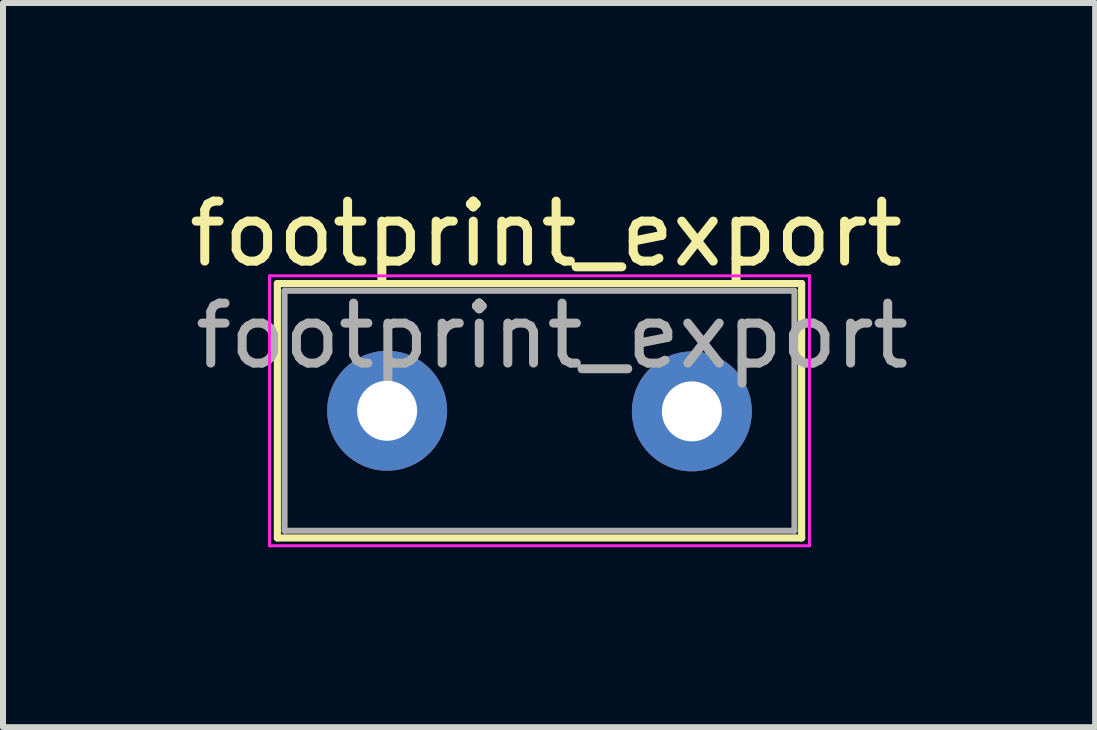
<source format=kicad_pcb>
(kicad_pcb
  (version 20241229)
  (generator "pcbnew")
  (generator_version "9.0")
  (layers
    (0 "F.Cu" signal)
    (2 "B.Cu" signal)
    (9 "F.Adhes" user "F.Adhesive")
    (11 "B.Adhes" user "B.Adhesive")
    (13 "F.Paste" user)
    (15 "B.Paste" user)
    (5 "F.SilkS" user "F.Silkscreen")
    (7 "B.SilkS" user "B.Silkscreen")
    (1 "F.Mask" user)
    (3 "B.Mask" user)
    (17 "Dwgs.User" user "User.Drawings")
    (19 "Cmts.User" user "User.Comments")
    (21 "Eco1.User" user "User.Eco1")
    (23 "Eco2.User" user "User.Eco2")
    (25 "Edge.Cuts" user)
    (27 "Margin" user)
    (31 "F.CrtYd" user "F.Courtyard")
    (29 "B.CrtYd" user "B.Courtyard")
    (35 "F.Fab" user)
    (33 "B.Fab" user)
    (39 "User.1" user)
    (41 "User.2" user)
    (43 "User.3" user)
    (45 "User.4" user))
  (footprint "footprint_export"
    (layer "F.Cu")
    (at 3.404 3.798)
    (property "Reference" "footprint_export" (at 2.65 -2.95 0) (layer "F.SilkS") (effects (font (size 1 1) (thickness 0.15))))
    (attr through_hole)
    (fp_line (start -1.83 -2.12) (end -1.83 2.12) (stroke (width 0.12) (type solid)) (layer "F.SilkS"))
    (fp_line (start -1.83 -2.12) (end 6.91 -2.12) (stroke (width 0.12) (type solid)) (layer "F.SilkS"))
    (fp_line (start 6.91 2.12) (end -1.83 2.12) (stroke (width 0.12) (type solid)) (layer "F.SilkS"))
    (fp_line (start 6.91 2.12) (end 6.91 -2.12) (stroke (width 0.12) (type solid)) (layer "F.SilkS"))
    (fp_line (start -1.96 -2.25) (end -1.96 2.25) (stroke (width 0.05) (type solid)) (layer "F.CrtYd"))
    (fp_line (start -1.96 -2.25) (end 7.04 -2.25) (stroke (width 0.05) (type solid)) (layer "F.CrtYd"))
    (fp_line (start 7.04 2.25) (end -1.96 2.25) (stroke (width 0.05) (type solid)) (layer "F.CrtYd"))
    (fp_line (start 7.04 2.25) (end 7.04 -2.25) (stroke (width 0.05) (type solid)) (layer "F.CrtYd"))
    (fp_line (start -1.71 -2) (end -1.71 2) (stroke (width 0.1) (type solid)) (layer "F.Fab"))
    (fp_line (start -1.71 2) (end 6.79 2) (stroke (width 0.1) (type solid)) (layer "F.Fab"))
    (fp_line (start 6.79 -2) (end -1.71 -2) (stroke (width 0.1) (type solid)) (layer "F.Fab"))
    (fp_line (start 6.79 2) (end 6.79 -2) (stroke (width 0.1) (type solid)) (layer "F.Fab"))
    (fp_text user "${REFERENCE}" (at 2.75 -1.25 0) (layer "F.Fab") (effects (font (size 1 1) (thickness 0.15))))
    (pad "1" thru_hole circle (at 0 0) (size 2 2) (drill 1) (layers "*.Cu" "*.Mask"))
    (pad "2" thru_hole circle (at 5.08 0.01) (size 2 2) (drill 1) (layers "*.Cu" "*.Mask")))
  (gr_rect
    (start -3 -3)
    (end 15.207 9.073)
    (stroke (width 0.1) (type default))
    (fill no)
    (layer "Edge.Cuts")))
</source>
